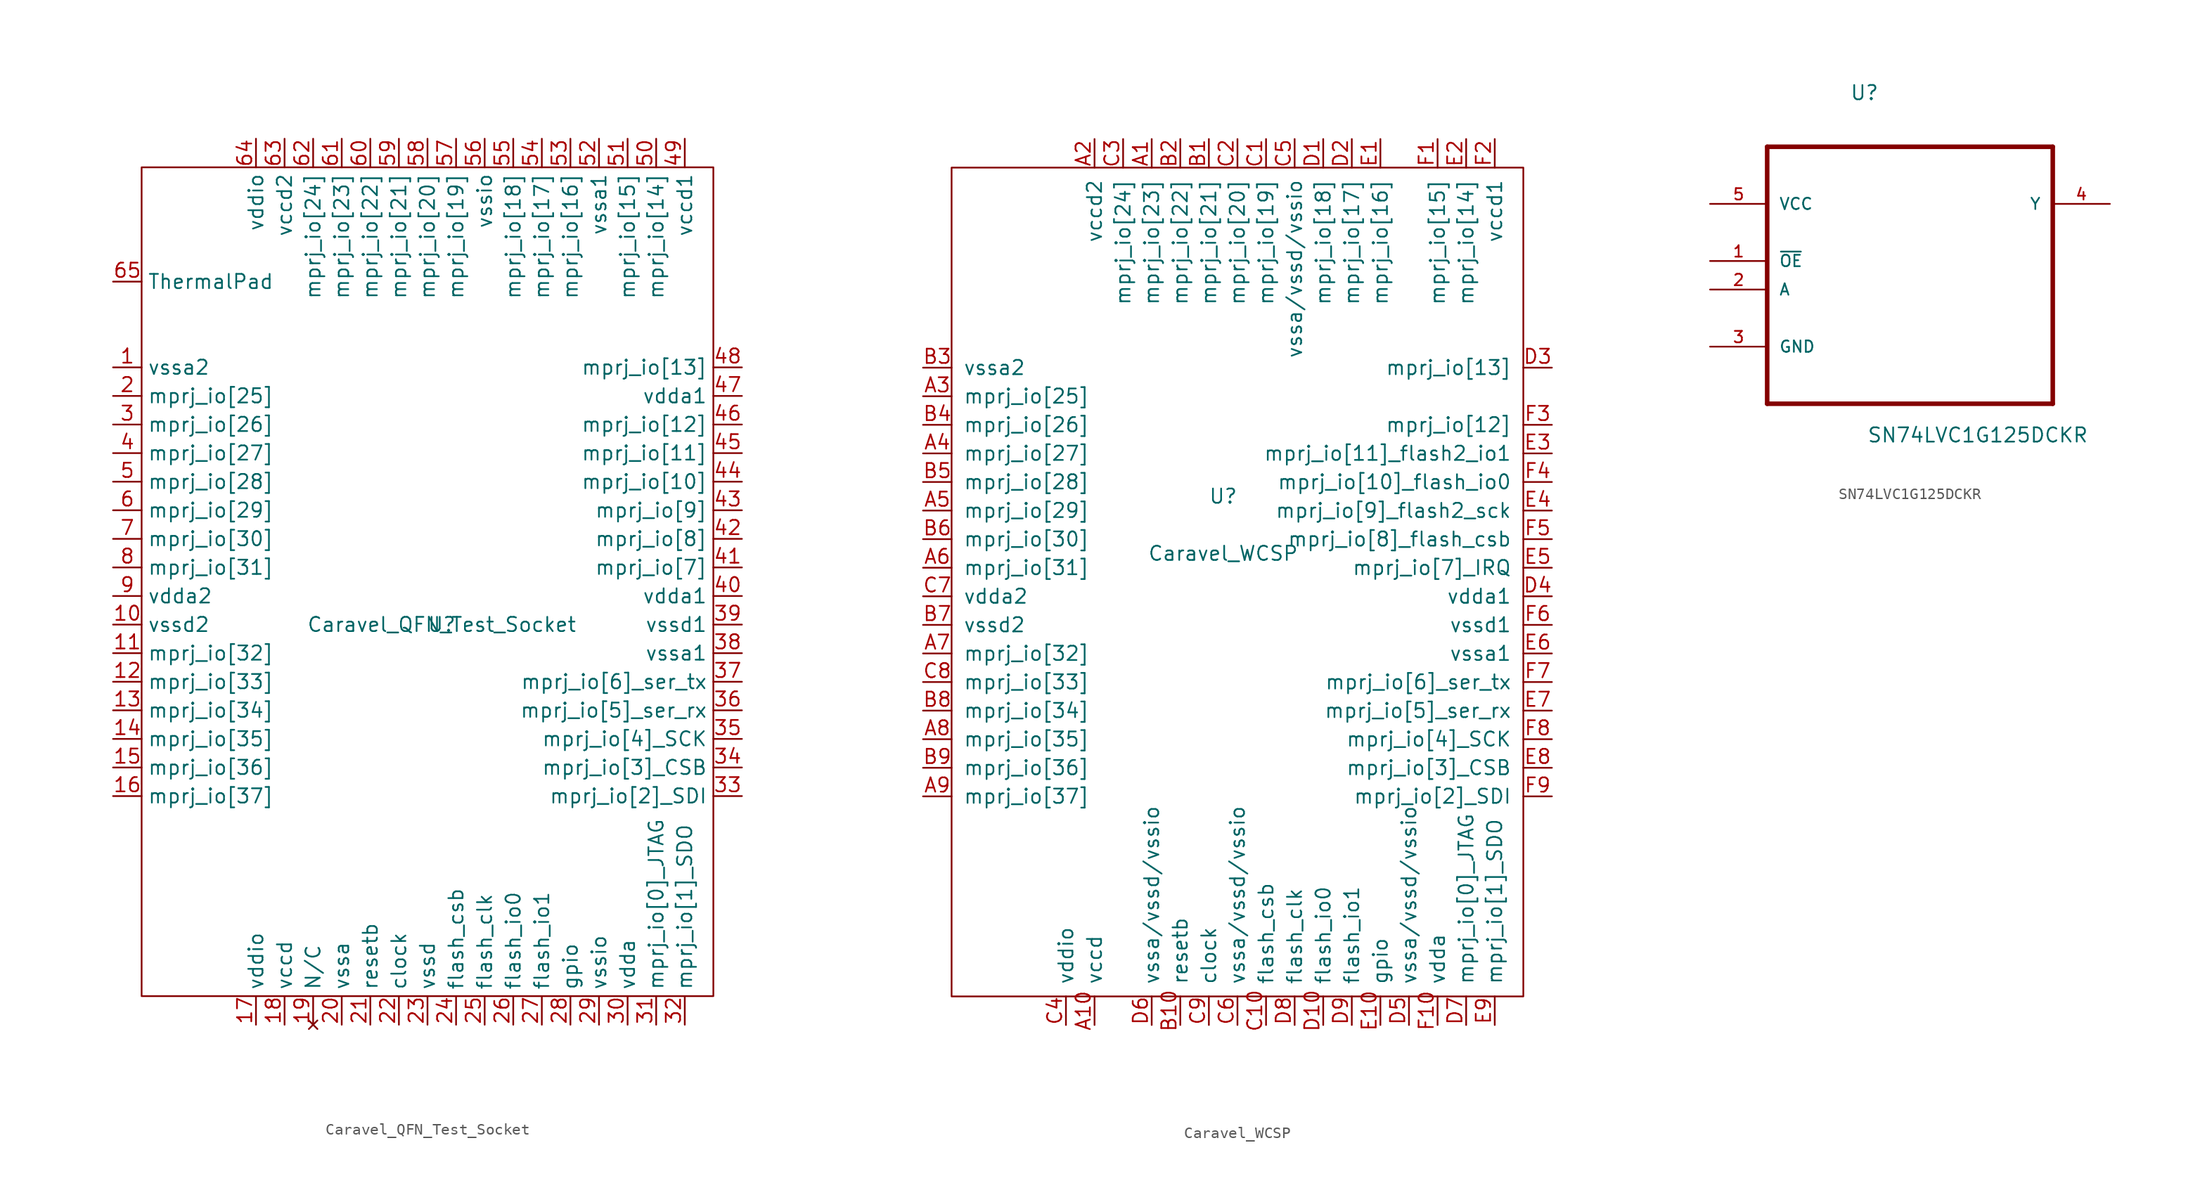
<source format=kicad_sym>
(kicad_symbol_lib
  (version 20211014)
  (generator kicad_symbol_editor)
  (symbol "Caravel_QFN_Test_Socket"
    (property "Reference" "U"
      (at 0 0 0)
      (effects (font (size 1.27 1.27))))
    (property "Value" "Caravel_QFN_Test_Socket"
      (at 0 0 0)
      (effects (font (size 1.27 1.27))))
    (symbol "Caravel_QFN_Test_Socket_0_1"
      (rectangle (start -26.67 40.64) (end 24.13 -33.02) (stroke (width 0) (type default) (color 0 0 0 0)) (fill (type none))))
    (symbol "Caravel_QFN_Test_Socket_1_1"
      (pin power_in line (at -29.21 22.86 0) (length 2.54) (name "vssa2" (effects (font (size 1.27 1.27)))) (number "1" (effects (font (size 1.27 1.27)))))
      (pin power_in line (at -29.21 0 0) (length 2.54) (name "vssd2" (effects (font (size 1.27 1.27)))) (number "10" (effects (font (size 1.27 1.27)))))
      (pin bidirectional line (at -29.21 -2.54 0) (length 2.54) (name "mprj_io[32]" (effects (font (size 1.27 1.27)))) (number "11" (effects (font (size 1.27 1.27)))))
      (pin bidirectional line (at -29.21 -5.08 0) (length 2.54) (name "mprj_io[33]" (effects (font (size 1.27 1.27)))) (number "12" (effects (font (size 1.27 1.27)))))
      (pin bidirectional line (at -29.21 -7.62 0) (length 2.54) (name "mprj_io[34]" (effects (font (size 1.27 1.27)))) (number "13" (effects (font (size 1.27 1.27)))))
      (pin bidirectional line (at -29.21 -10.16 0) (length 2.54) (name "mprj_io[35]" (effects (font (size 1.27 1.27)))) (number "14" (effects (font (size 1.27 1.27)))))
      (pin bidirectional line (at -29.21 -12.7 0) (length 2.54) (name "mprj_io[36]" (effects (font (size 1.27 1.27)))) (number "15" (effects (font (size 1.27 1.27)))))
      (pin bidirectional line (at -29.21 -15.24 0) (length 2.54) (name "mprj_io[37]" (effects (font (size 1.27 1.27)))) (number "16" (effects (font (size 1.27 1.27)))))
      (pin power_in line (at -16.51 -35.56 90) (length 2.54) (name "vddio" (effects (font (size 1.27 1.27)))) (number "17" (effects (font (size 1.27 1.27)))))
      (pin power_in line (at -13.97 -35.56 90) (length 2.54) (name "vccd" (effects (font (size 1.27 1.27)))) (number "18" (effects (font (size 1.27 1.27)))))
      (pin no_connect line (at -11.43 -35.56 90) (length 2.54) (name "N/C" (effects (font (size 1.27 1.27)))) (number "19" (effects (font (size 1.27 1.27)))))
      (pin bidirectional line (at -29.21 20.32 0) (length 2.54) (name "mprj_io[25]" (effects (font (size 1.27 1.27)))) (number "2" (effects (font (size 1.27 1.27)))))
      (pin power_in line (at -8.89 -35.56 90) (length 2.54) (name "vssa" (effects (font (size 1.27 1.27)))) (number "20" (effects (font (size 1.27 1.27)))))
      (pin input line (at -6.35 -35.56 90) (length 2.54) (name "resetb" (effects (font (size 1.27 1.27)))) (number "21" (effects (font (size 1.27 1.27)))))
      (pin input line (at -3.81 -35.56 90) (length 2.54) (name "clock" (effects (font (size 1.27 1.27)))) (number "22" (effects (font (size 1.27 1.27)))))
      (pin power_in line (at -1.27 -35.56 90) (length 2.54) (name "vssd" (effects (font (size 1.27 1.27)))) (number "23" (effects (font (size 1.27 1.27)))))
      (pin output line (at 1.27 -35.56 90) (length 2.54) (name "flash_csb" (effects (font (size 1.27 1.27)))) (number "24" (effects (font (size 1.27 1.27)))))
      (pin output line (at 3.81 -35.56 90) (length 2.54) (name "flash_clk" (effects (font (size 1.27 1.27)))) (number "25" (effects (font (size 1.27 1.27)))))
      (pin bidirectional line (at 6.35 -35.56 90) (length 2.54) (name "flash_io0" (effects (font (size 1.27 1.27)))) (number "26" (effects (font (size 1.27 1.27)))))
      (pin bidirectional line (at 8.89 -35.56 90) (length 2.54) (name "flash_io1" (effects (font (size 1.27 1.27)))) (number "27" (effects (font (size 1.27 1.27)))))
      (pin bidirectional line (at 11.43 -35.56 90) (length 2.54) (name "gpio" (effects (font (size 1.27 1.27)))) (number "28" (effects (font (size 1.27 1.27)))))
      (pin power_in line (at 13.97 -35.56 90) (length 2.54) (name "vssio" (effects (font (size 1.27 1.27)))) (number "29" (effects (font (size 1.27 1.27)))))
      (pin bidirectional line (at -29.21 17.78 0) (length 2.54) (name "mprj_io[26]" (effects (font (size 1.27 1.27)))) (number "3" (effects (font (size 1.27 1.27)))))
      (pin power_in line (at 16.51 -35.56 90) (length 2.54) (name "vdda" (effects (font (size 1.27 1.27)))) (number "30" (effects (font (size 1.27 1.27)))))
      (pin bidirectional line (at 19.05 -35.56 90) (length 2.54) (name "mprj_io[0]_JTAG" (effects (font (size 1.27 1.27)))) (number "31" (effects (font (size 1.27 1.27)))))
      (pin bidirectional line (at 21.59 -35.56 90) (length 2.54) (name "mprj_io[1]_SDO" (effects (font (size 1.27 1.27)))) (number "32" (effects (font (size 1.27 1.27)))))
      (pin bidirectional line (at 26.67 -15.24 180) (length 2.54) (name "mprj_io[2]_SDI" (effects (font (size 1.27 1.27)))) (number "33" (effects (font (size 1.27 1.27)))))
      (pin bidirectional line (at 26.67 -12.7 180) (length 2.54) (name "mprj_io[3]_CSB" (effects (font (size 1.27 1.27)))) (number "34" (effects (font (size 1.27 1.27)))))
      (pin bidirectional line (at 26.67 -10.16 180) (length 2.54) (name "mprj_io[4]_SCK" (effects (font (size 1.27 1.27)))) (number "35" (effects (font (size 1.27 1.27)))))
      (pin bidirectional line (at 26.67 -7.62 180) (length 2.54) (name "mprj_io[5]_ser_rx" (effects (font (size 1.27 1.27)))) (number "36" (effects (font (size 1.27 1.27)))))
      (pin bidirectional line (at 26.67 -5.08 180) (length 2.54) (name "mprj_io[6]_ser_tx" (effects (font (size 1.27 1.27)))) (number "37" (effects (font (size 1.27 1.27)))))
      (pin power_in line (at 26.67 -2.54 180) (length 2.54) (name "vssa1" (effects (font (size 1.27 1.27)))) (number "38" (effects (font (size 1.27 1.27)))))
      (pin power_in line (at 26.67 0 180) (length 2.54) (name "vssd1" (effects (font (size 1.27 1.27)))) (number "39" (effects (font (size 1.27 1.27)))))
      (pin bidirectional line (at -29.21 15.24 0) (length 2.54) (name "mprj_io[27]" (effects (font (size 1.27 1.27)))) (number "4" (effects (font (size 1.27 1.27)))))
      (pin power_in line (at 26.67 2.54 180) (length 2.54) (name "vdda1" (effects (font (size 1.27 1.27)))) (number "40" (effects (font (size 1.27 1.27)))))
      (pin bidirectional line (at 26.67 5.08 180) (length 2.54) (name "mprj_io[7]" (effects (font (size 1.27 1.27)))) (number "41" (effects (font (size 1.27 1.27)))))
      (pin bidirectional line (at 26.67 7.62 180) (length 2.54) (name "mprj_io[8]" (effects (font (size 1.27 1.27)))) (number "42" (effects (font (size 1.27 1.27)))))
      (pin bidirectional line (at 26.67 10.16 180) (length 2.54) (name "mprj_io[9]" (effects (font (size 1.27 1.27)))) (number "43" (effects (font (size 1.27 1.27)))))
      (pin bidirectional line (at 26.67 12.7 180) (length 2.54) (name "mprj_io[10]" (effects (font (size 1.27 1.27)))) (number "44" (effects (font (size 1.27 1.27)))))
      (pin bidirectional line (at 26.67 15.24 180) (length 2.54) (name "mprj_io[11]" (effects (font (size 1.27 1.27)))) (number "45" (effects (font (size 1.27 1.27)))))
      (pin bidirectional line (at 26.67 17.78 180) (length 2.54) (name "mprj_io[12]" (effects (font (size 1.27 1.27)))) (number "46" (effects (font (size 1.27 1.27)))))
      (pin power_in line (at 26.67 20.32 180) (length 2.54) (name "vdda1" (effects (font (size 1.27 1.27)))) (number "47" (effects (font (size 1.27 1.27)))))
      (pin bidirectional line (at 26.67 22.86 180) (length 2.54) (name "mprj_io[13]" (effects (font (size 1.27 1.27)))) (number "48" (effects (font (size 1.27 1.27)))))
      (pin power_in line (at 21.59 43.18 270) (length 2.54) (name "vccd1" (effects (font (size 1.27 1.27)))) (number "49" (effects (font (size 1.27 1.27)))))
      (pin bidirectional line (at -29.21 12.7 0) (length 2.54) (name "mprj_io[28]" (effects (font (size 1.27 1.27)))) (number "5" (effects (font (size 1.27 1.27)))))
      (pin bidirectional line (at 19.05 43.18 270) (length 2.54) (name "mprj_io[14]" (effects (font (size 1.27 1.27)))) (number "50" (effects (font (size 1.27 1.27)))))
      (pin bidirectional line (at 16.51 43.18 270) (length 2.54) (name "mprj_io[15]" (effects (font (size 1.27 1.27)))) (number "51" (effects (font (size 1.27 1.27)))))
      (pin power_in line (at 13.97 43.18 270) (length 2.54) (name "vssa1" (effects (font (size 1.27 1.27)))) (number "52" (effects (font (size 1.27 1.27)))))
      (pin bidirectional line (at 11.43 43.18 270) (length 2.54) (name "mprj_io[16]" (effects (font (size 1.27 1.27)))) (number "53" (effects (font (size 1.27 1.27)))))
      (pin bidirectional line (at 8.89 43.18 270) (length 2.54) (name "mprj_io[17]" (effects (font (size 1.27 1.27)))) (number "54" (effects (font (size 1.27 1.27)))))
      (pin bidirectional line (at 6.35 43.18 270) (length 2.54) (name "mprj_io[18]" (effects (font (size 1.27 1.27)))) (number "55" (effects (font (size 1.27 1.27)))))
      (pin power_in line (at 3.81 43.18 270) (length 2.54) (name "vssio" (effects (font (size 1.27 1.27)))) (number "56" (effects (font (size 1.27 1.27)))))
      (pin bidirectional line (at 1.27 43.18 270) (length 2.54) (name "mprj_io[19]" (effects (font (size 1.27 1.27)))) (number "57" (effects (font (size 1.27 1.27)))))
      (pin bidirectional line (at -1.27 43.18 270) (length 2.54) (name "mprj_io[20]" (effects (font (size 1.27 1.27)))) (number "58" (effects (font (size 1.27 1.27)))))
      (pin bidirectional line (at -3.81 43.18 270) (length 2.54) (name "mprj_io[21]" (effects (font (size 1.27 1.27)))) (number "59" (effects (font (size 1.27 1.27)))))
      (pin bidirectional line (at -29.21 10.16 0) (length 2.54) (name "mprj_io[29]" (effects (font (size 1.27 1.27)))) (number "6" (effects (font (size 1.27 1.27)))))
      (pin bidirectional line (at -6.35 43.18 270) (length 2.54) (name "mprj_io[22]" (effects (font (size 1.27 1.27)))) (number "60" (effects (font (size 1.27 1.27)))))
      (pin bidirectional line (at -8.89 43.18 270) (length 2.54) (name "mprj_io[23]" (effects (font (size 1.27 1.27)))) (number "61" (effects (font (size 1.27 1.27)))))
      (pin bidirectional line (at -11.43 43.18 270) (length 2.54) (name "mprj_io[24]" (effects (font (size 1.27 1.27)))) (number "62" (effects (font (size 1.27 1.27)))))
      (pin power_in line (at -13.97 43.18 270) (length 2.54) (name "vccd2" (effects (font (size 1.27 1.27)))) (number "63" (effects (font (size 1.27 1.27)))))
      (pin power_in line (at -16.51 43.18 270) (length 2.54) (name "vddio" (effects (font (size 1.27 1.27)))) (number "64" (effects (font (size 1.27 1.27)))))
      (pin power_in line (at -29.21 30.48 0) (length 2.54) (name "ThermalPad" (effects (font (size 1.27 1.27)))) (number "65" (effects (font (size 1.27 1.27)))))
      (pin bidirectional line (at -29.21 7.62 0) (length 2.54) (name "mprj_io[30]" (effects (font (size 1.27 1.27)))) (number "7" (effects (font (size 1.27 1.27)))))
      (pin bidirectional line (at -29.21 5.08 0) (length 2.54) (name "mprj_io[31]" (effects (font (size 1.27 1.27)))) (number "8" (effects (font (size 1.27 1.27)))))
      (pin power_in line (at -29.21 2.54 0) (length 2.54) (name "vdda2" (effects (font (size 1.27 1.27)))) (number "9" (effects (font (size 1.27 1.27)))))))
  (symbol "Caravel_WCSP"
    (pin_names
      (offset 1.016))
    (property "Reference" "U"
      (at 0 2.54 0)
      (effects (font (size 1.27 1.27))))
    (property "Value" "Caravel_WCSP"
      (at 0 -2.54 0)
      (effects (font (size 1.27 1.27))))
    (symbol "Caravel_WCSP_0_1"
      (rectangle (start -24.13 31.75) (end 26.67 -41.91) (stroke (width 0) (type default) (color 0 0 0 0)) (fill (type none))))
    (symbol "Caravel_WCSP_1_1"
      (pin bidirectional line (at -6.35 34.29 270) (length 2.54) (name "mprj_io[23]" (effects (font (size 1.27 1.27)))) (number "A1" (effects (font (size 1.27 1.27)))))
      (pin power_in line (at -11.43 -44.45 90) (length 2.54) (name "vccd" (effects (font (size 1.27 1.27)))) (number "A10" (effects (font (size 1.27 1.27)))))
      (pin power_in line (at -11.43 34.29 270) (length 2.54) (name "vccd2" (effects (font (size 1.27 1.27)))) (number "A2" (effects (font (size 1.27 1.27)))))
      (pin bidirectional line (at -26.67 11.43 0) (length 2.54) (name "mprj_io[25]" (effects (font (size 1.27 1.27)))) (number "A3" (effects (font (size 1.27 1.27)))))
      (pin bidirectional line (at -26.67 6.35 0) (length 2.54) (name "mprj_io[27]" (effects (font (size 1.27 1.27)))) (number "A4" (effects (font (size 1.27 1.27)))))
      (pin bidirectional line (at -26.67 1.27 0) (length 2.54) (name "mprj_io[29]" (effects (font (size 1.27 1.27)))) (number "A5" (effects (font (size 1.27 1.27)))))
      (pin bidirectional line (at -26.67 -3.81 0) (length 2.54) (name "mprj_io[31]" (effects (font (size 1.27 1.27)))) (number "A6" (effects (font (size 1.27 1.27)))))
      (pin bidirectional line (at -26.67 -11.43 0) (length 2.54) (name "mprj_io[32]" (effects (font (size 1.27 1.27)))) (number "A7" (effects (font (size 1.27 1.27)))))
      (pin bidirectional line (at -26.67 -19.05 0) (length 2.54) (name "mprj_io[35]" (effects (font (size 1.27 1.27)))) (number "A8" (effects (font (size 1.27 1.27)))))
      (pin bidirectional line (at -26.67 -24.13 0) (length 2.54) (name "mprj_io[37]" (effects (font (size 1.27 1.27)))) (number "A9" (effects (font (size 1.27 1.27)))))
      (pin bidirectional line (at -1.27 34.29 270) (length 2.54) (name "mprj_io[21]" (effects (font (size 1.27 1.27)))) (number "B1" (effects (font (size 1.27 1.27)))))
      (pin input line (at -3.81 -44.45 90) (length 2.54) (name "resetb" (effects (font (size 1.27 1.27)))) (number "B10" (effects (font (size 1.27 1.27)))))
      (pin bidirectional line (at -3.81 34.29 270) (length 2.54) (name "mprj_io[22]" (effects (font (size 1.27 1.27)))) (number "B2" (effects (font (size 1.27 1.27)))))
      (pin power_in line (at -26.67 13.97 0) (length 2.54) (name "vssa2" (effects (font (size 1.27 1.27)))) (number "B3" (effects (font (size 1.27 1.27)))))
      (pin bidirectional line (at -26.67 8.89 0) (length 2.54) (name "mprj_io[26]" (effects (font (size 1.27 1.27)))) (number "B4" (effects (font (size 1.27 1.27)))))
      (pin bidirectional line (at -26.67 3.81 0) (length 2.54) (name "mprj_io[28]" (effects (font (size 1.27 1.27)))) (number "B5" (effects (font (size 1.27 1.27)))))
      (pin bidirectional line (at -26.67 -1.27 0) (length 2.54) (name "mprj_io[30]" (effects (font (size 1.27 1.27)))) (number "B6" (effects (font (size 1.27 1.27)))))
      (pin power_in line (at -26.67 -8.89 0) (length 2.54) (name "vssd2" (effects (font (size 1.27 1.27)))) (number "B7" (effects (font (size 1.27 1.27)))))
      (pin bidirectional line (at -26.67 -16.51 0) (length 2.54) (name "mprj_io[34]" (effects (font (size 1.27 1.27)))) (number "B8" (effects (font (size 1.27 1.27)))))
      (pin bidirectional line (at -26.67 -21.59 0) (length 2.54) (name "mprj_io[36]" (effects (font (size 1.27 1.27)))) (number "B9" (effects (font (size 1.27 1.27)))))
      (pin bidirectional line (at 3.81 34.29 270) (length 2.54) (name "mprj_io[19]" (effects (font (size 1.27 1.27)))) (number "C1" (effects (font (size 1.27 1.27)))))
      (pin output line (at 3.81 -44.45 90) (length 2.54) (name "flash_csb" (effects (font (size 1.27 1.27)))) (number "C10" (effects (font (size 1.27 1.27)))))
      (pin bidirectional line (at 1.27 34.29 270) (length 2.54) (name "mprj_io[20]" (effects (font (size 1.27 1.27)))) (number "C2" (effects (font (size 1.27 1.27)))))
      (pin bidirectional line (at -8.89 34.29 270) (length 2.54) (name "mprj_io[24]" (effects (font (size 1.27 1.27)))) (number "C3" (effects (font (size 1.27 1.27)))))
      (pin power_in line (at -13.97 -44.45 90) (length 2.54) (name "vddio" (effects (font (size 1.27 1.27)))) (number "C4" (effects (font (size 1.27 1.27)))))
      (pin power_in line (at 6.35 34.29 270) (length 2.54) (name "vssa/vssd/vssio" (effects (font (size 1.27 1.27)))) (number "C5" (effects (font (size 1.27 1.27)))))
      (pin power_in line (at 1.27 -44.45 90) (length 2.54) (name "vssa/vssd/vssio" (effects (font (size 1.27 1.27)))) (number "C6" (effects (font (size 1.27 1.27)))))
      (pin power_in line (at -26.67 -6.35 0) (length 2.54) (name "vdda2" (effects (font (size 1.27 1.27)))) (number "C7" (effects (font (size 1.27 1.27)))))
      (pin bidirectional line (at -26.67 -13.97 0) (length 2.54) (name "mprj_io[33]" (effects (font (size 1.27 1.27)))) (number "C8" (effects (font (size 1.27 1.27)))))
      (pin input line (at -1.27 -44.45 90) (length 2.54) (name "clock" (effects (font (size 1.27 1.27)))) (number "C9" (effects (font (size 1.27 1.27)))))
      (pin bidirectional line (at 8.89 34.29 270) (length 2.54) (name "mprj_io[18]" (effects (font (size 1.27 1.27)))) (number "D1" (effects (font (size 1.27 1.27)))))
      (pin bidirectional line (at 8.89 -44.45 90) (length 2.54) (name "flash_io0" (effects (font (size 1.27 1.27)))) (number "D10" (effects (font (size 1.27 1.27)))))
      (pin bidirectional line (at 11.43 34.29 270) (length 2.54) (name "mprj_io[17]" (effects (font (size 1.27 1.27)))) (number "D2" (effects (font (size 1.27 1.27)))))
      (pin bidirectional line (at 29.21 13.97 180) (length 2.54) (name "mprj_io[13]" (effects (font (size 1.27 1.27)))) (number "D3" (effects (font (size 1.27 1.27)))))
      (pin power_in line (at 29.21 -6.35 180) (length 2.54) (name "vdda1" (effects (font (size 1.27 1.27)))) (number "D4" (effects (font (size 1.27 1.27)))))
      (pin power_in line (at 16.51 -44.45 90) (length 2.54) (name "vssa/vssd/vssio" (effects (font (size 1.27 1.27)))) (number "D5" (effects (font (size 1.27 1.27)))))
      (pin power_in line (at -6.35 -44.45 90) (length 2.54) (name "vssa/vssd/vssio" (effects (font (size 1.27 1.27)))) (number "D6" (effects (font (size 1.27 1.27)))))
      (pin bidirectional line (at 21.59 -44.45 90) (length 2.54) (name "mprj_io[0]_JTAG" (effects (font (size 1.27 1.27)))) (number "D7" (effects (font (size 1.27 1.27)))))
      (pin output line (at 6.35 -44.45 90) (length 2.54) (name "flash_clk" (effects (font (size 1.27 1.27)))) (number "D8" (effects (font (size 1.27 1.27)))))
      (pin bidirectional line (at 11.43 -44.45 90) (length 2.54) (name "flash_io1" (effects (font (size 1.27 1.27)))) (number "D9" (effects (font (size 1.27 1.27)))))
      (pin bidirectional line (at 13.97 34.29 270) (length 2.54) (name "mprj_io[16]" (effects (font (size 1.27 1.27)))) (number "E1" (effects (font (size 1.27 1.27)))))
      (pin bidirectional line (at 13.97 -44.45 90) (length 2.54) (name "gpio" (effects (font (size 1.27 1.27)))) (number "E10" (effects (font (size 1.27 1.27)))))
      (pin bidirectional line (at 21.59 34.29 270) (length 2.54) (name "mprj_io[14]" (effects (font (size 1.27 1.27)))) (number "E2" (effects (font (size 1.27 1.27)))))
      (pin bidirectional line (at 29.21 6.35 180) (length 2.54) (name "mprj_io[11]_flash2_io1" (effects (font (size 1.27 1.27)))) (number "E3" (effects (font (size 1.27 1.27)))))
      (pin bidirectional line (at 29.21 1.27 180) (length 2.54) (name "mprj_io[9]_flash2_sck" (effects (font (size 1.27 1.27)))) (number "E4" (effects (font (size 1.27 1.27)))))
      (pin bidirectional line (at 29.21 -3.81 180) (length 2.54) (name "mprj_io[7]_IRQ" (effects (font (size 1.27 1.27)))) (number "E5" (effects (font (size 1.27 1.27)))))
      (pin power_in line (at 29.21 -11.43 180) (length 2.54) (name "vssa1" (effects (font (size 1.27 1.27)))) (number "E6" (effects (font (size 1.27 1.27)))))
      (pin bidirectional line (at 29.21 -16.51 180) (length 2.54) (name "mprj_io[5]_ser_rx" (effects (font (size 1.27 1.27)))) (number "E7" (effects (font (size 1.27 1.27)))))
      (pin bidirectional line (at 29.21 -21.59 180) (length 2.54) (name "mprj_io[3]_CSB" (effects (font (size 1.27 1.27)))) (number "E8" (effects (font (size 1.27 1.27)))))
      (pin bidirectional line (at 24.13 -44.45 90) (length 2.54) (name "mprj_io[1]_SDO" (effects (font (size 1.27 1.27)))) (number "E9" (effects (font (size 1.27 1.27)))))
      (pin bidirectional line (at 19.05 34.29 270) (length 2.54) (name "mprj_io[15]" (effects (font (size 1.27 1.27)))) (number "F1" (effects (font (size 1.27 1.27)))))
      (pin power_in line (at 19.05 -44.45 90) (length 2.54) (name "vdda" (effects (font (size 1.27 1.27)))) (number "F10" (effects (font (size 1.27 1.27)))))
      (pin power_in line (at 24.13 34.29 270) (length 2.54) (name "vccd1" (effects (font (size 1.27 1.27)))) (number "F2" (effects (font (size 1.27 1.27)))))
      (pin bidirectional line (at 29.21 8.89 180) (length 2.54) (name "mprj_io[12]" (effects (font (size 1.27 1.27)))) (number "F3" (effects (font (size 1.27 1.27)))))
      (pin bidirectional line (at 29.21 3.81 180) (length 2.54) (name "mprj_io[10]_flash_io0" (effects (font (size 1.27 1.27)))) (number "F4" (effects (font (size 1.27 1.27)))))
      (pin bidirectional line (at 29.21 -1.27 180) (length 2.54) (name "mprj_io[8]_flash_csb" (effects (font (size 1.27 1.27)))) (number "F5" (effects (font (size 1.27 1.27)))))
      (pin power_in line (at 29.21 -8.89 180) (length 2.54) (name "vssd1" (effects (font (size 1.27 1.27)))) (number "F6" (effects (font (size 1.27 1.27)))))
      (pin bidirectional line (at 29.21 -13.97 180) (length 2.54) (name "mprj_io[6]_ser_tx" (effects (font (size 1.27 1.27)))) (number "F7" (effects (font (size 1.27 1.27)))))
      (pin bidirectional line (at 29.21 -19.05 180) (length 2.54) (name "mprj_io[4]_SCK" (effects (font (size 1.27 1.27)))) (number "F8" (effects (font (size 1.27 1.27)))))
      (pin bidirectional line (at 29.21 -24.13 180) (length 2.54) (name "mprj_io[2]_SDI" (effects (font (size 1.27 1.27)))) (number "F9" (effects (font (size 1.27 1.27)))))))
  (symbol "SN74LVC1G125DCKR"
    (pin_names
      (offset 1.016))
    (property "Reference" "U"
      (at -5.359 11.684 0)
      (effects (font (size 1.27 1.27)) (justify left bottom)))
    (property "Value" "SN74LVC1G125DCKR"
      (at -3.835 -18.771 0)
      (effects (font (size 1.27 1.27)) (justify left bottom)))
    (property "ki_locked" ""
      (at 0 0 0)
      (effects (font (size 1.27 1.27))))
    (symbol "SN74LVC1G125DCKR_0_0"
      (polyline (pts (xy -12.7 -15.24) (xy 12.7 -15.24)) (stroke (width 0.406) (type default) (color 0 0 0 0)) (fill (type none)))
      (polyline (pts (xy -12.7 7.62) (xy -12.7 -15.24)) (stroke (width 0.406) (type default) (color 0 0 0 0)) (fill (type none)))
      (polyline (pts (xy 12.7 -15.24) (xy 12.7 7.62)) (stroke (width 0.406) (type default) (color 0 0 0 0)) (fill (type none)))
      (polyline (pts (xy 12.7 7.62) (xy -12.7 7.62)) (stroke (width 0.406) (type default) (color 0 0 0 0)) (fill (type none)))
      (pin input line (at -17.78 -2.54 0) (length 5.08) (name "~{OE}" (effects (font (size 1.016 1.016)))) (number "1" (effects (font (size 1.016 1.016)))))
      (pin input line (at -17.78 -5.08 0) (length 5.08) (name "A" (effects (font (size 1.016 1.016)))) (number "2" (effects (font (size 1.016 1.016)))))
      (pin passive line (at -17.78 -10.16 0) (length 5.08) (name "GND" (effects (font (size 1.016 1.016)))) (number "3" (effects (font (size 1.016 1.016)))))
      (pin output line (at 17.78 2.54 180) (length 5.08) (name "Y" (effects (font (size 1.016 1.016)))) (number "4" (effects (font (size 1.016 1.016)))))
      (pin power_in line (at -17.78 2.54 0) (length 5.08) (name "VCC" (effects (font (size 1.016 1.016)))) (number "5" (effects (font (size 1.016 1.016))))))))
</source>
